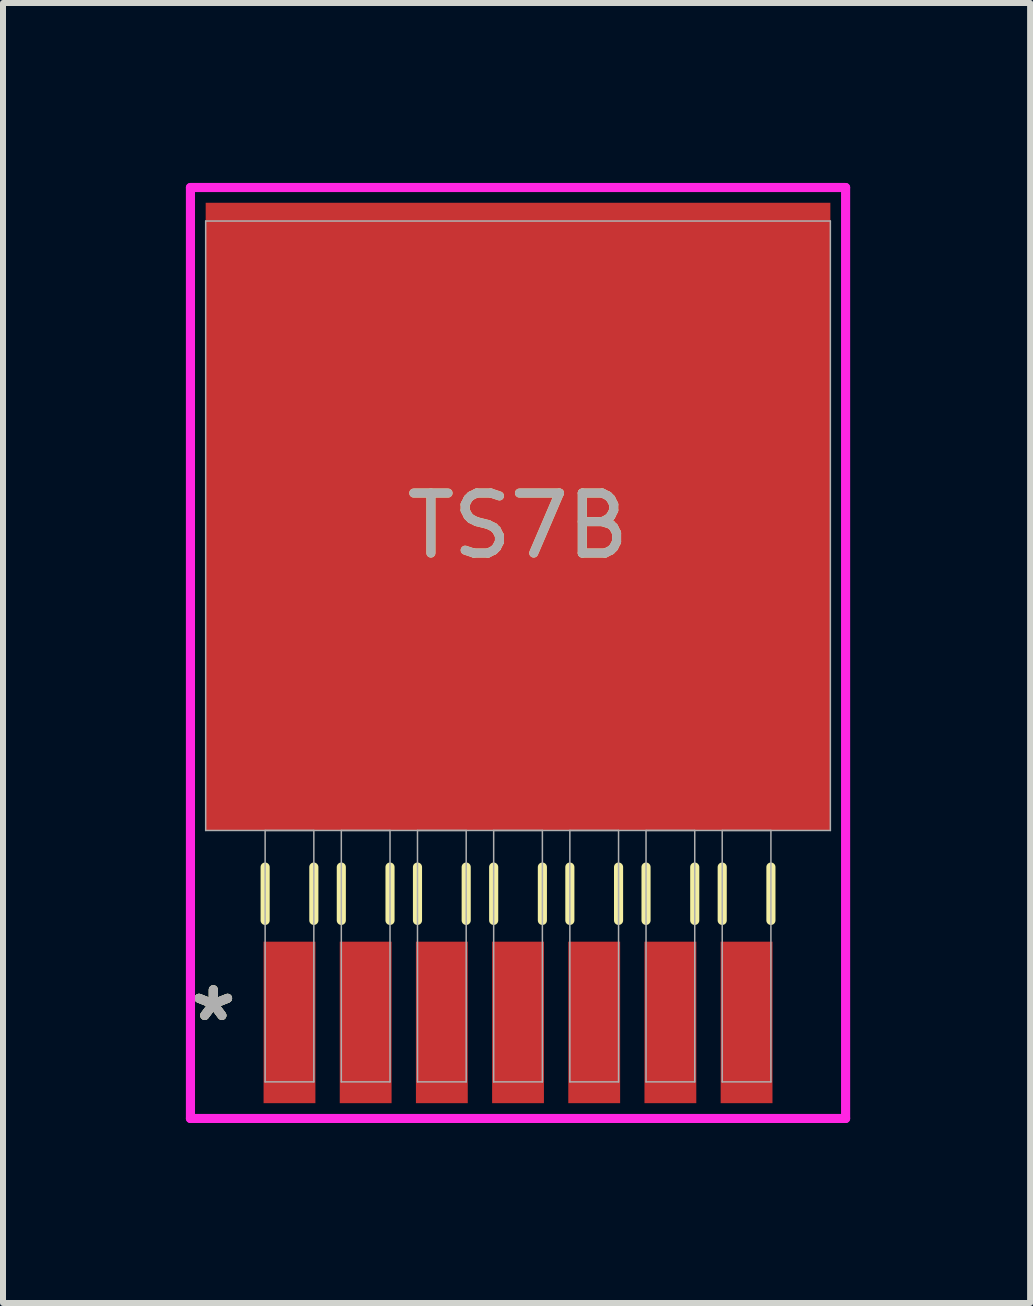
<source format=kicad_pcb>
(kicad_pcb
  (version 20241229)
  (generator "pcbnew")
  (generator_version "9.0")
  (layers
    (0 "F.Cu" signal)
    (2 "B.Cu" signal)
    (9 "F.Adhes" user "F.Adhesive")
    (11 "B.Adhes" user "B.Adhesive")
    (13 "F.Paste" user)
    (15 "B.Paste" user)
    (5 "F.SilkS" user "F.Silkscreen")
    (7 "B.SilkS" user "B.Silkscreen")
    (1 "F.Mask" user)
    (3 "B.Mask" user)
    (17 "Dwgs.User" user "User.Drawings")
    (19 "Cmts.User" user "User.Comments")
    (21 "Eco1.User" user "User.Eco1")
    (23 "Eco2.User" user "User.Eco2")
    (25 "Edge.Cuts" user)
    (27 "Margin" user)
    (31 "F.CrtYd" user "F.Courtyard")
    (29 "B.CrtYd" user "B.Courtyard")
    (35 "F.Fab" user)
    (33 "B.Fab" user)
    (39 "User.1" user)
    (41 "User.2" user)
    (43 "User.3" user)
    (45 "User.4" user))
  (footprint "TS7B"
    (layer "F.Cu")
    (at 5.586 5.715)
    (property "Reference" "TS7B" (at 0 0 0) (unlocked yes) (layer "F.SilkS") (effects (font (size 1 1) (thickness 0.15))))
    (attr smd)
    (fp_line (start -4.216 5.69) (end -4.216 6.579) (stroke (width 0.152) (type solid)) (layer "F.SilkS"))
    (fp_line (start -3.404 5.69) (end -3.404 6.579) (stroke (width 0.152) (type solid)) (layer "F.SilkS"))
    (fp_line (start -2.946 5.69) (end -2.946 6.579) (stroke (width 0.152) (type solid)) (layer "F.SilkS"))
    (fp_line (start -2.134 5.69) (end -2.134 6.579) (stroke (width 0.152) (type solid)) (layer "F.SilkS"))
    (fp_line (start -1.676 5.69) (end -1.676 6.579) (stroke (width 0.152) (type solid)) (layer "F.SilkS"))
    (fp_line (start -0.864 5.69) (end -0.864 6.579) (stroke (width 0.152) (type solid)) (layer "F.SilkS"))
    (fp_line (start -0.406 5.69) (end -0.406 6.579) (stroke (width 0.152) (type solid)) (layer "F.SilkS"))
    (fp_line (start 0.406 5.69) (end 0.406 6.579) (stroke (width 0.152) (type solid)) (layer "F.SilkS"))
    (fp_line (start 0.864 5.69) (end 0.864 6.579) (stroke (width 0.152) (type solid)) (layer "F.SilkS"))
    (fp_line (start 1.676 5.69) (end 1.676 6.579) (stroke (width 0.152) (type solid)) (layer "F.SilkS"))
    (fp_line (start 2.134 5.69) (end 2.134 6.579) (stroke (width 0.152) (type solid)) (layer "F.SilkS"))
    (fp_line (start 2.946 5.69) (end 2.946 6.579) (stroke (width 0.152) (type solid)) (layer "F.SilkS"))
    (fp_line (start 3.404 5.69) (end 3.404 6.579) (stroke (width 0.152) (type solid)) (layer "F.SilkS"))
    (fp_line (start 4.216 5.69) (end 4.216 6.579) (stroke (width 0.152) (type solid)) (layer "F.SilkS"))
    (fp_line (start -5.461 -5.639) (end 5.461 -5.639) (stroke (width 0.152) (type solid)) (layer "F.CrtYd"))
    (fp_line (start -5.461 9.881) (end -5.461 -5.639) (stroke (width 0.152) (type solid)) (layer "F.CrtYd"))
    (fp_line (start 5.461 -5.639) (end 5.461 9.881) (stroke (width 0.152) (type solid)) (layer "F.CrtYd"))
    (fp_line (start 5.461 9.881) (end -5.461 9.881) (stroke (width 0.152) (type solid)) (layer "F.CrtYd"))
    (fp_line (start -5.207 -5.08) (end -5.207 5.08) (stroke (width 0.025) (type solid)) (layer "F.Fab"))
    (fp_line (start -5.207 5.08) (end 5.207 5.08) (stroke (width 0.025) (type solid)) (layer "F.Fab"))
    (fp_line (start -4.216 5.08) (end -4.216 9.271) (stroke (width 0.025) (type solid)) (layer "F.Fab"))
    (fp_line (start -4.216 9.271) (end -3.404 9.271) (stroke (width 0.025) (type solid)) (layer "F.Fab"))
    (fp_line (start -3.404 5.08) (end -4.216 5.08) (stroke (width 0.025) (type solid)) (layer "F.Fab"))
    (fp_line (start -3.404 9.271) (end -3.404 5.08) (stroke (width 0.025) (type solid)) (layer "F.Fab"))
    (fp_line (start -2.946 5.08) (end -2.946 9.271) (stroke (width 0.025) (type solid)) (layer "F.Fab"))
    (fp_line (start -2.946 9.271) (end -2.134 9.271) (stroke (width 0.025) (type solid)) (layer "F.Fab"))
    (fp_line (start -2.134 5.08) (end -2.946 5.08) (stroke (width 0.025) (type solid)) (layer "F.Fab"))
    (fp_line (start -2.134 9.271) (end -2.134 5.08) (stroke (width 0.025) (type solid)) (layer "F.Fab"))
    (fp_line (start -1.676 5.08) (end -1.676 9.271) (stroke (width 0.025) (type solid)) (layer "F.Fab"))
    (fp_line (start -1.676 9.271) (end -0.864 9.271) (stroke (width 0.025) (type solid)) (layer "F.Fab"))
    (fp_line (start -0.864 5.08) (end -1.676 5.08) (stroke (width 0.025) (type solid)) (layer "F.Fab"))
    (fp_line (start -0.864 9.271) (end -0.864 5.08) (stroke (width 0.025) (type solid)) (layer "F.Fab"))
    (fp_line (start -0.406 5.08) (end -0.406 9.271) (stroke (width 0.025) (type solid)) (layer "F.Fab"))
    (fp_line (start -0.406 9.271) (end 0.406 9.271) (stroke (width 0.025) (type solid)) (layer "F.Fab"))
    (fp_line (start 0.406 5.08) (end -0.406 5.08) (stroke (width 0.025) (type solid)) (layer "F.Fab"))
    (fp_line (start 0.406 9.271) (end 0.406 5.08) (stroke (width 0.025) (type solid)) (layer "F.Fab"))
    (fp_line (start 0.864 5.08) (end 0.864 9.271) (stroke (width 0.025) (type solid)) (layer "F.Fab"))
    (fp_line (start 0.864 9.271) (end 1.676 9.271) (stroke (width 0.025) (type solid)) (layer "F.Fab"))
    (fp_line (start 1.676 5.08) (end 0.864 5.08) (stroke (width 0.025) (type solid)) (layer "F.Fab"))
    (fp_line (start 1.676 9.271) (end 1.676 5.08) (stroke (width 0.025) (type solid)) (layer "F.Fab"))
    (fp_line (start 2.134 5.08) (end 2.134 9.271) (stroke (width 0.025) (type solid)) (layer "F.Fab"))
    (fp_line (start 2.134 9.271) (end 2.946 9.271) (stroke (width 0.025) (type solid)) (layer "F.Fab"))
    (fp_line (start 2.946 5.08) (end 2.134 5.08) (stroke (width 0.025) (type solid)) (layer "F.Fab"))
    (fp_line (start 2.946 9.271) (end 2.946 5.08) (stroke (width 0.025) (type solid)) (layer "F.Fab"))
    (fp_line (start 3.404 5.08) (end 3.404 9.271) (stroke (width 0.025) (type solid)) (layer "F.Fab"))
    (fp_line (start 3.404 9.271) (end 4.216 9.271) (stroke (width 0.025) (type solid)) (layer "F.Fab"))
    (fp_line (start 4.216 5.08) (end 3.404 5.08) (stroke (width 0.025) (type solid)) (layer "F.Fab"))
    (fp_line (start 4.216 9.271) (end 4.216 5.08) (stroke (width 0.025) (type solid)) (layer "F.Fab"))
    (fp_line (start 5.207 -5.08) (end -5.207 -5.08) (stroke (width 0.025) (type solid)) (layer "F.Fab"))
    (fp_line (start 5.207 5.08) (end 5.207 -5.08) (stroke (width 0.025) (type solid)) (layer "F.Fab"))
    (fp_text user "*" (at -5.08 8.28 0) (unlocked yes) (layer "F.SilkS") (effects (font (size 1 1) (thickness 0.15))))
    (fp_text user "*" (at -5.08 8.28 0) (layer "F.SilkS") (effects (font (size 1 1) (thickness 0.15))))
    (fp_text user "*" (at -5.08 8.28 0) (unlocked yes) (layer "F.Fab") (effects (font (size 1 1) (thickness 0.15))))
    (fp_text user "*" (at -5.08 8.28 0) (layer "F.Fab") (effects (font (size 1 1) (thickness 0.15))))
    (fp_text user "${REFERENCE}" (at 0 0 0) (unlocked yes) (layer "F.Fab") (effects (font (size 1 1) (thickness 0.15))))
    (pad "1" smd rect (at -3.81 8.28) (size 0.864 2.692) (layers "F.Cu" "F.Mask" "F.Paste"))
    (pad "2" smd rect (at -2.54 8.28) (size 0.864 2.692) (layers "F.Cu" "F.Mask" "F.Paste"))
    (pad "3" smd rect (at -1.27 8.28) (size 0.864 2.692) (layers "F.Cu" "F.Mask" "F.Paste"))
    (pad "4" smd rect (at 0 8.28) (size 0.864 2.692) (layers "F.Cu" "F.Mask" "F.Paste"))
    (pad "5" smd rect (at 1.27 8.28) (size 0.864 2.692) (layers "F.Cu" "F.Mask" "F.Paste"))
    (pad "6" smd rect (at 2.54 8.28) (size 0.864 2.692) (layers "F.Cu" "F.Mask" "F.Paste"))
    (pad "7" smd rect (at 3.81 8.28) (size 0.864 2.692) (layers "F.Cu" "F.Mask" "F.Paste"))
    (pad "8" smd rect (at 0 -0.152) (size 10.414 10.465) (layers "F.Cu" "F.Mask" "F.Paste")))
  (gr_rect
    (start -3 -3)
    (end 14.123 18.672)
    (stroke (width 0.1) (type default))
    (fill no)
    (layer "Edge.Cuts")))
</source>
